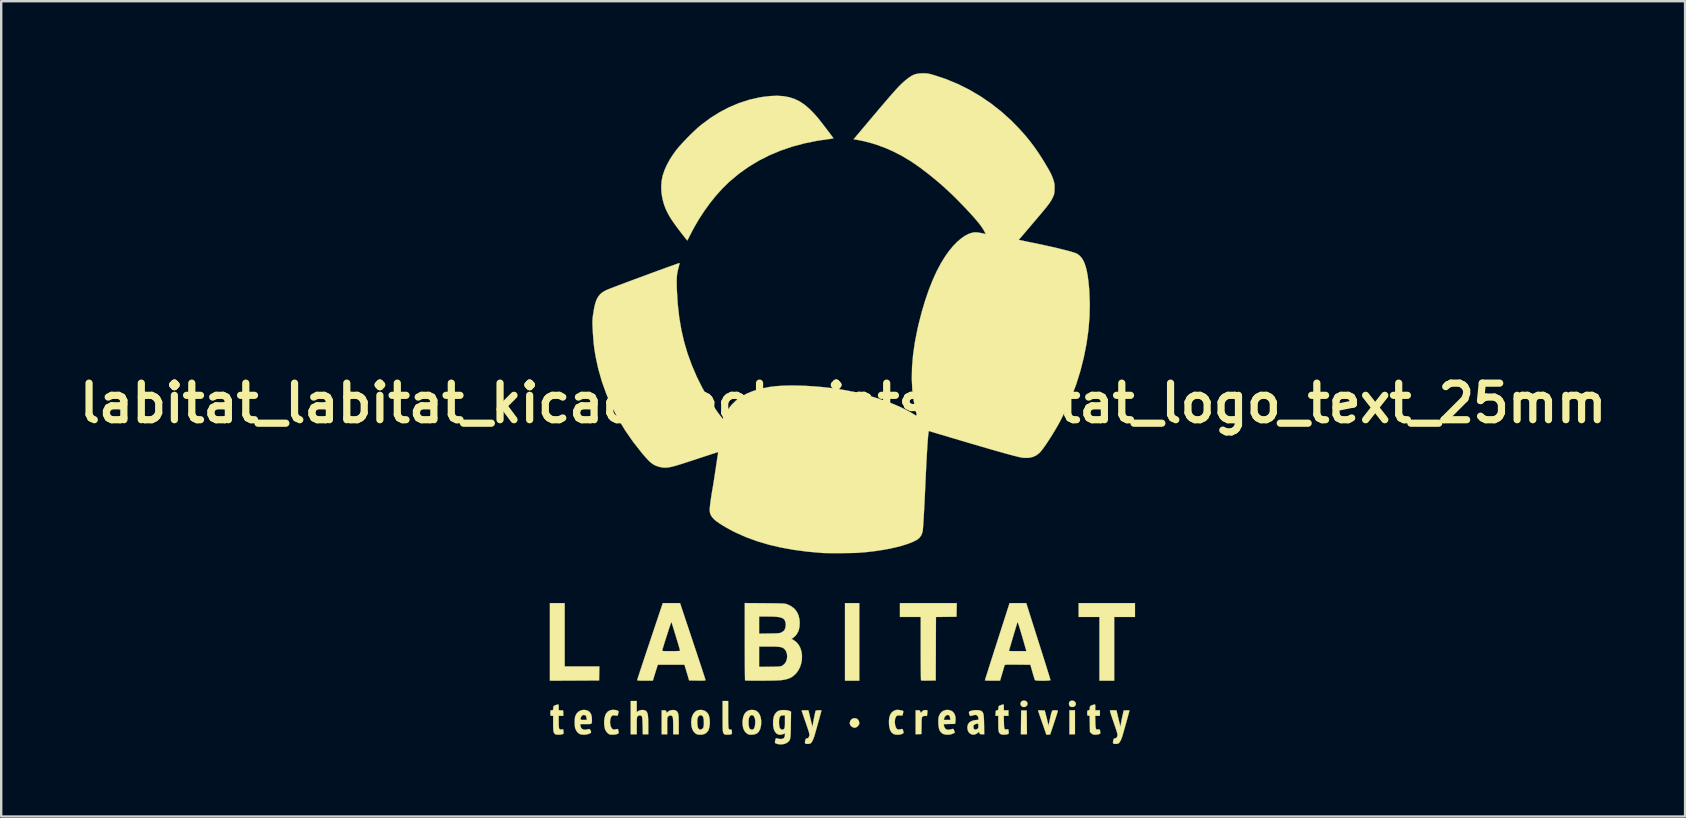
<source format=kicad_pcb>
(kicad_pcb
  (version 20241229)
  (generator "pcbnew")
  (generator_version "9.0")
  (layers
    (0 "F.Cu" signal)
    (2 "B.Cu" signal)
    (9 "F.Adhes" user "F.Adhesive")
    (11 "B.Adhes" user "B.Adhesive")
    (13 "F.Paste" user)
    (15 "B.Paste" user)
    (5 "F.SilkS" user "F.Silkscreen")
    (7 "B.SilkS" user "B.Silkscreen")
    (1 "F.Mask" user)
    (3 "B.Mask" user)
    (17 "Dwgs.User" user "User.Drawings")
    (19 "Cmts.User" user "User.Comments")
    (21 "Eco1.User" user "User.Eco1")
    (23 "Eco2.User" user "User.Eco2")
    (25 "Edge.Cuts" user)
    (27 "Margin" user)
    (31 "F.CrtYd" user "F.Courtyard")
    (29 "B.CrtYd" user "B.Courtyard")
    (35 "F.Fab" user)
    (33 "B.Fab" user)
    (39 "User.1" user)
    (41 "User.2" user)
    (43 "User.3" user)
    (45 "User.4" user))
  (footprint "labitat_labitat_kicad_footprints_labitat_logo_text_25mm"
    (layer "F.Cu")
    (at 32.084 13.75)
    (property "Reference" "labitat_labitat_kicad_footprints_labitat_logo_text_25mm" (at 0 0 0) (layer "F.SilkS") (effects (font (size 1.524 1.524) (thickness 0.3))))
    (attr through_hole)
    (fp_poly (pts (xy 0.673 11.565) (xy 0.077 11.565) (xy 0.077 8.332) (xy 0.673 8.332) (xy 0.673 11.565)) (stroke (width 0.01) (type solid)) (fill yes) (layer "F.SilkS"))
    (fp_poly (pts (xy 9.66 13.797) (xy 9.429 13.797) (xy 9.429 12.796) (xy 9.66 12.796) (xy 9.66 13.797)) (stroke (width 0.01) (type solid)) (fill yes) (layer "F.SilkS"))
    (fp_poly (pts (xy 7.654 13.301) (xy 7.659 13.797) (xy 7.408 13.797) (xy 7.413 13.301) (xy 7.418 12.806) (xy 7.649 12.806) (xy 7.654 13.301)) (stroke (width 0.01) (type solid)) (fill yes) (layer "F.SilkS"))
    (fp_poly (pts (xy -11.603 10.968) (xy -10.159 10.968) (xy -10.164 11.262) (xy -10.17 11.555) (xy -11.194 11.56) (xy -12.219 11.565) (xy -12.219 8.332) (xy -11.603 8.332) (xy -11.603 10.968)) (stroke (width 0.01) (type solid)) (fill yes) (layer "F.SilkS"))
    (fp_poly (pts (xy 12.161 8.909) (xy 11.295 8.909) (xy 11.295 11.565) (xy 10.68 11.565) (xy 10.68 8.909) (xy 9.814 8.909) (xy 9.814 8.332) (xy 12.161 8.332) (xy 12.161 8.909)) (stroke (width 0.01) (type solid)) (fill yes) (layer "F.SilkS"))
    (fp_poly (pts (xy 9.578 12.397) (xy 9.633 12.421) (xy 9.675 12.462) (xy 9.697 12.513) (xy 9.694 12.569) (xy 9.66 12.623) (xy 9.608 12.652) (xy 9.543 12.662) (xy 9.48 12.651) (xy 9.441 12.626) (xy 9.415 12.574) (xy 9.41 12.511) (xy 9.426 12.453) (xy 9.452 12.422) (xy 9.516 12.395) (xy 9.578 12.397)) (stroke (width 0.01) (type solid)) (fill yes) (layer "F.SilkS"))
    (fp_poly (pts (xy 7.606 12.407) (xy 7.659 12.448) (xy 7.683 12.51) (xy 7.684 12.527) (xy 7.668 12.588) (xy 7.625 12.634) (xy 7.566 12.66) (xy 7.502 12.661) (xy 7.442 12.635) (xy 7.428 12.623) (xy 7.393 12.566) (xy 7.391 12.505) (xy 7.415 12.449) (xy 7.463 12.408) (xy 7.529 12.392) (xy 7.531 12.392) (xy 7.606 12.407)) (stroke (width 0.01) (type solid)) (fill yes) (layer "F.SilkS"))
    (fp_poly (pts (xy 0.546 13.138) (xy 0.568 13.146) (xy 0.624 13.191) (xy 0.661 13.261) (xy 0.673 13.336) (xy 0.661 13.393) (xy 0.618 13.452) (xy 0.608 13.462) (xy 0.539 13.513) (xy 0.47 13.526) (xy 0.394 13.503) (xy 0.374 13.491) (xy 0.312 13.436) (xy 0.281 13.371) (xy 0.278 13.303) (xy 0.299 13.238) (xy 0.339 13.182) (xy 0.397 13.142) (xy 0.467 13.125) (xy 0.546 13.138)) (stroke (width 0.01) (type solid)) (fill yes) (layer "F.SilkS"))
    (fp_poly (pts (xy 4.724 8.9) (xy 4.296 8.905) (xy 3.868 8.91) (xy 3.863 10.233) (xy 3.858 11.555) (xy 3.559 11.56) (xy 3.455 11.561) (xy 3.365 11.561) (xy 3.296 11.558) (xy 3.255 11.555) (xy 3.246 11.552) (xy 3.244 11.531) (xy 3.242 11.475) (xy 3.24 11.387) (xy 3.238 11.269) (xy 3.236 11.126) (xy 3.235 10.96) (xy 3.234 10.774) (xy 3.233 10.572) (xy 3.233 10.357) (xy 3.233 10.224) (xy 3.233 8.909) (xy 2.367 8.909) (xy 2.367 8.332) (xy 4.735 8.332) (xy 4.724 8.9)) (stroke (width 0.01) (type solid)) (fill yes) (layer "F.SilkS"))
    (fp_poly (pts (xy 3.476 12.792) (xy 3.508 12.798) (xy 3.512 12.8) (xy 3.515 12.822) (xy 3.512 12.871) (xy 3.507 12.923) (xy 3.492 13.037) (xy 3.429 13.03) (xy 3.367 13.035) (xy 3.319 13.055) (xy 3.302 13.066) (xy 3.29 13.081) (xy 3.281 13.104) (xy 3.276 13.141) (xy 3.272 13.197) (xy 3.269 13.279) (xy 3.268 13.392) (xy 3.267 13.436) (xy 3.262 13.787) (xy 3.141 13.793) (xy 3.021 13.799) (xy 3.021 12.796) (xy 3.109 12.796) (xy 3.164 12.799) (xy 3.194 12.811) (xy 3.211 12.84) (xy 3.216 12.853) (xy 3.236 12.909) (xy 3.29 12.848) (xy 3.334 12.807) (xy 3.38 12.791) (xy 3.424 12.789) (xy 3.476 12.792)) (stroke (width 0.01) (type solid)) (fill yes) (layer "F.SilkS"))
    (fp_poly (pts (xy -4.791 12.959) (xy -4.791 13.112) (xy -4.789 13.25) (xy -4.786 13.368) (xy -4.782 13.462) (xy -4.777 13.527) (xy -4.772 13.556) (xy -4.749 13.593) (xy -4.71 13.601) (xy -4.7 13.6) (xy -4.668 13.6) (xy -4.651 13.613) (xy -4.641 13.65) (xy -4.636 13.688) (xy -4.632 13.745) (xy -4.637 13.776) (xy -4.657 13.793) (xy -4.671 13.799) (xy -4.718 13.808) (xy -4.784 13.813) (xy -4.856 13.814) (xy -4.915 13.809) (xy -4.941 13.803) (xy -4.966 13.78) (xy -4.994 13.739) (xy -4.994 13.738) (xy -5.002 13.717) (xy -5.008 13.684) (xy -5.013 13.636) (xy -5.017 13.569) (xy -5.02 13.479) (xy -5.021 13.361) (xy -5.022 13.213) (xy -5.022 13.047) (xy -5.022 12.411) (xy -4.791 12.411) (xy -4.791 12.959)) (stroke (width 0.01) (type solid)) (fill yes) (layer "F.SilkS"))
    (fp_poly (pts (xy -8.601 12.876) (xy -8.539 12.831) (xy -8.467 12.798) (xy -8.382 12.784) (xy -8.298 12.79) (xy -8.229 12.817) (xy -8.21 12.831) (xy -8.182 12.865) (xy -8.16 12.909) (xy -8.143 12.967) (xy -8.132 13.046) (xy -8.125 13.149) (xy -8.121 13.282) (xy -8.12 13.42) (xy -8.12 13.797) (xy -8.347 13.797) (xy -8.355 13.446) (xy -8.359 13.293) (xy -8.366 13.176) (xy -8.375 13.095) (xy -8.386 13.053) (xy -8.386 13.051) (xy -8.425 13.017) (xy -8.479 13.008) (xy -8.535 13.025) (xy -8.563 13.046) (xy -8.576 13.062) (xy -8.586 13.083) (xy -8.593 13.115) (xy -8.598 13.163) (xy -8.6 13.233) (xy -8.601 13.33) (xy -8.601 13.441) (xy -8.601 13.797) (xy -8.852 13.797) (xy -8.852 12.411) (xy -8.601 12.411) (xy -8.601 12.876)) (stroke (width 0.01) (type solid)) (fill yes) (layer "F.SilkS"))
    (fp_poly (pts (xy -7.02 12.792) (xy -6.952 12.821) (xy -6.941 12.829) (xy -6.913 12.858) (xy -6.891 12.892) (xy -6.875 12.936) (xy -6.863 12.994) (xy -6.856 13.073) (xy -6.852 13.177) (xy -6.85 13.312) (xy -6.85 13.392) (xy -6.85 13.797) (xy -7.081 13.797) (xy -7.081 13.455) (xy -7.083 13.307) (xy -7.087 13.195) (xy -7.094 13.118) (xy -7.103 13.072) (xy -7.106 13.066) (xy -7.146 13.023) (xy -7.2 13.01) (xy -7.259 13.028) (xy -7.285 13.048) (xy -7.302 13.065) (xy -7.313 13.083) (xy -7.322 13.109) (xy -7.327 13.148) (xy -7.33 13.206) (xy -7.331 13.29) (xy -7.331 13.404) (xy -7.331 13.444) (xy -7.331 13.797) (xy -7.562 13.797) (xy -7.562 12.796) (xy -7.475 12.796) (xy -7.42 12.799) (xy -7.39 12.811) (xy -7.372 12.84) (xy -7.367 12.855) (xy -7.351 12.893) (xy -7.339 12.899) (xy -7.32 12.877) (xy -7.32 12.876) (xy -7.265 12.828) (xy -7.189 12.798) (xy -7.103 12.785) (xy -7.02 12.792)) (stroke (width 0.01) (type solid)) (fill yes) (layer "F.SilkS"))
    (fp_poly (pts (xy 2.309 12.783) (xy 2.379 12.792) (xy 2.441 12.805) (xy 2.466 12.812) (xy 2.496 12.826) (xy 2.508 12.844) (xy 2.505 12.878) (xy 2.494 12.925) (xy 2.47 13.018) (xy 2.363 13.011) (xy 2.297 13.01) (xy 2.255 13.018) (xy 2.224 13.039) (xy 2.217 13.046) (xy 2.181 13.106) (xy 2.16 13.186) (xy 2.153 13.277) (xy 2.16 13.371) (xy 2.178 13.458) (xy 2.208 13.531) (xy 2.248 13.581) (xy 2.279 13.596) (xy 2.363 13.598) (xy 2.448 13.575) (xy 2.472 13.582) (xy 2.493 13.624) (xy 2.498 13.64) (xy 2.515 13.7) (xy 2.516 13.736) (xy 2.498 13.759) (xy 2.458 13.781) (xy 2.453 13.784) (xy 2.37 13.809) (xy 2.273 13.817) (xy 2.178 13.809) (xy 2.098 13.785) (xy 2.077 13.773) (xy 2.006 13.705) (xy 1.954 13.609) (xy 1.922 13.485) (xy 1.911 13.381) (xy 1.909 13.212) (xy 1.929 13.072) (xy 1.971 12.962) (xy 2.035 12.877) (xy 2.117 12.819) (xy 2.183 12.791) (xy 2.247 12.781) (xy 2.309 12.783)) (stroke (width 0.01) (type solid)) (fill yes) (layer "F.SilkS"))
    (fp_poly (pts (xy -3.72 12.786) (xy -3.623 12.819) (xy -3.542 12.883) (xy -3.479 12.975) (xy -3.436 13.09) (xy -3.415 13.225) (xy -3.417 13.374) (xy -3.425 13.441) (xy -3.458 13.578) (xy -3.51 13.682) (xy -3.583 13.755) (xy -3.678 13.799) (xy -3.798 13.816) (xy -3.816 13.816) (xy -3.897 13.812) (xy -3.956 13.798) (xy -4.004 13.772) (xy -4.09 13.691) (xy -4.151 13.582) (xy -4.185 13.446) (xy -4.191 13.292) (xy -3.942 13.292) (xy -3.938 13.385) (xy -3.927 13.471) (xy -3.909 13.536) (xy -3.899 13.555) (xy -3.855 13.593) (xy -3.796 13.606) (xy -3.741 13.59) (xy -3.741 13.59) (xy -3.708 13.548) (xy -3.683 13.478) (xy -3.667 13.39) (xy -3.661 13.292) (xy -3.667 13.196) (xy -3.679 13.133) (xy -3.712 13.055) (xy -3.758 13.009) (xy -3.81 12.996) (xy -3.861 13.016) (xy -3.904 13.07) (xy -3.927 13.128) (xy -3.939 13.202) (xy -3.942 13.292) (xy -4.191 13.292) (xy -4.192 13.282) (xy -4.19 13.236) (xy -4.166 13.086) (xy -4.12 12.964) (xy -4.05 12.872) (xy -3.96 12.811) (xy -3.85 12.782) (xy -3.72 12.786)) (stroke (width 0.01) (type solid)) (fill yes) (layer "F.SilkS"))
    (fp_poly (pts (xy -9.49 12.786) (xy -9.444 12.797) (xy -9.395 12.814) (xy -9.365 12.831) (xy -9.362 12.834) (xy -9.36 12.862) (xy -9.368 12.911) (xy -9.374 12.937) (xy -9.397 13.023) (xy -9.506 13.013) (xy -9.57 13.009) (xy -9.608 13.014) (xy -9.635 13.031) (xy -9.655 13.055) (xy -9.691 13.125) (xy -9.71 13.215) (xy -9.713 13.315) (xy -9.7 13.412) (xy -9.672 13.498) (xy -9.63 13.561) (xy -9.616 13.573) (xy -9.577 13.597) (xy -9.54 13.602) (xy -9.487 13.592) (xy -9.481 13.59) (xy -9.429 13.58) (xy -9.393 13.579) (xy -9.386 13.582) (xy -9.375 13.607) (xy -9.364 13.656) (xy -9.36 13.677) (xy -9.354 13.728) (xy -9.361 13.757) (xy -9.391 13.776) (xy -9.416 13.787) (xy -9.48 13.804) (xy -9.563 13.813) (xy -9.648 13.814) (xy -9.72 13.805) (xy -9.747 13.798) (xy -9.799 13.763) (xy -9.853 13.705) (xy -9.899 13.637) (xy -9.927 13.571) (xy -9.927 13.571) (xy -9.955 13.416) (xy -9.96 13.26) (xy -9.942 13.112) (xy -9.903 12.984) (xy -9.878 12.934) (xy -9.81 12.854) (xy -9.72 12.802) (xy -9.611 12.779) (xy -9.49 12.786)) (stroke (width 0.01) (type solid)) (fill yes) (layer "F.SilkS"))
    (fp_poly (pts (xy 6.687 12.561) (xy 6.696 12.587) (xy 6.697 12.638) (xy 6.696 12.67) (xy 6.696 12.796) (xy 6.889 12.796) (xy 6.889 13.027) (xy 6.693 13.027) (xy 6.7 13.297) (xy 6.703 13.414) (xy 6.709 13.497) (xy 6.719 13.552) (xy 6.736 13.584) (xy 6.761 13.597) (xy 6.797 13.597) (xy 6.826 13.592) (xy 6.869 13.588) (xy 6.886 13.599) (xy 6.889 13.619) (xy 6.893 13.666) (xy 6.9 13.715) (xy 6.904 13.756) (xy 6.887 13.778) (xy 6.849 13.794) (xy 6.773 13.811) (xy 6.69 13.815) (xy 6.613 13.807) (xy 6.557 13.787) (xy 6.549 13.782) (xy 6.52 13.755) (xy 6.498 13.723) (xy 6.483 13.682) (xy 6.473 13.624) (xy 6.468 13.545) (xy 6.466 13.437) (xy 6.465 13.346) (xy 6.465 13.027) (xy 6.348 13.027) (xy 6.354 12.916) (xy 6.358 12.854) (xy 6.367 12.82) (xy 6.384 12.805) (xy 6.412 12.8) (xy 6.444 12.792) (xy 6.46 12.772) (xy 6.468 12.727) (xy 6.469 12.705) (xy 6.476 12.65) (xy 6.491 12.62) (xy 6.523 12.601) (xy 6.542 12.594) (xy 6.618 12.568) (xy 6.664 12.555) (xy 6.687 12.561)) (stroke (width 0.01) (type solid)) (fill yes) (layer "F.SilkS"))
    (fp_poly (pts (xy 8.832 12.796) (xy 8.904 12.799) (xy 8.941 12.81) (xy 8.948 12.821) (xy 8.942 12.845) (xy 8.925 12.9) (xy 8.9 12.982) (xy 8.867 13.085) (xy 8.828 13.204) (xy 8.787 13.326) (xy 8.627 13.806) (xy 8.547 13.812) (xy 8.498 13.815) (xy 8.469 13.813) (xy 8.467 13.811) (xy 8.461 13.792) (xy 8.443 13.741) (xy 8.417 13.663) (xy 8.382 13.564) (xy 8.342 13.446) (xy 8.296 13.317) (xy 8.293 13.308) (xy 8.248 13.178) (xy 8.207 13.059) (xy 8.172 12.958) (xy 8.145 12.879) (xy 8.127 12.825) (xy 8.12 12.804) (xy 8.12 12.803) (xy 8.138 12.8) (xy 8.184 12.799) (xy 8.25 12.8) (xy 8.26 12.8) (xy 8.399 12.806) (xy 8.47 13.075) (xy 8.496 13.177) (xy 8.518 13.269) (xy 8.535 13.344) (xy 8.543 13.393) (xy 8.544 13.402) (xy 8.547 13.46) (xy 8.562 13.402) (xy 8.572 13.361) (xy 8.589 13.292) (xy 8.608 13.205) (xy 8.629 13.114) (xy 8.655 12.998) (xy 8.675 12.914) (xy 8.693 12.858) (xy 8.712 12.823) (xy 8.735 12.804) (xy 8.767 12.797) (xy 8.809 12.796) (xy 8.832 12.796)) (stroke (width 0.01) (type solid)) (fill yes) (layer "F.SilkS"))
    (fp_poly (pts (xy 10.497 12.561) (xy 10.506 12.587) (xy 10.507 12.638) (xy 10.506 12.67) (xy 10.506 12.796) (xy 10.699 12.796) (xy 10.699 13.027) (xy 10.502 13.027) (xy 10.509 13.297) (xy 10.513 13.414) (xy 10.52 13.498) (xy 10.53 13.553) (xy 10.546 13.585) (xy 10.571 13.598) (xy 10.606 13.599) (xy 10.634 13.595) (xy 10.673 13.591) (xy 10.693 13.604) (xy 10.703 13.644) (xy 10.706 13.657) (xy 10.714 13.71) (xy 10.718 13.748) (xy 10.718 13.752) (xy 10.7 13.775) (xy 10.654 13.795) (xy 10.588 13.81) (xy 10.511 13.816) (xy 10.504 13.816) (xy 10.436 13.811) (xy 10.385 13.789) (xy 10.348 13.76) (xy 10.285 13.704) (xy 10.279 13.367) (xy 10.273 13.029) (xy 10.221 13.023) (xy 10.192 13.017) (xy 10.176 13.001) (xy 10.17 12.965) (xy 10.17 12.912) (xy 10.171 12.851) (xy 10.178 12.819) (xy 10.195 12.805) (xy 10.222 12.8) (xy 10.254 12.792) (xy 10.27 12.772) (xy 10.278 12.727) (xy 10.279 12.705) (xy 10.286 12.65) (xy 10.301 12.62) (xy 10.333 12.601) (xy 10.352 12.594) (xy 10.428 12.568) (xy 10.474 12.555) (xy 10.497 12.561)) (stroke (width 0.01) (type solid)) (fill yes) (layer "F.SilkS"))
    (fp_poly (pts (xy -5.78 12.813) (xy -5.688 12.872) (xy -5.62 12.957) (xy -5.604 12.989) (xy -5.574 13.091) (xy -5.558 13.214) (xy -5.556 13.345) (xy -5.569 13.472) (xy -5.596 13.583) (xy -5.623 13.646) (xy -5.691 13.732) (xy -5.783 13.788) (xy -5.899 13.814) (xy -5.95 13.816) (xy -6.031 13.812) (xy -6.089 13.799) (xy -6.139 13.773) (xy -6.14 13.772) (xy -6.223 13.696) (xy -6.282 13.596) (xy -6.317 13.468) (xy -6.331 13.311) (xy -6.331 13.289) (xy -6.329 13.268) (xy -6.079 13.268) (xy -6.076 13.361) (xy -6.066 13.45) (xy -6.05 13.521) (xy -6.035 13.555) (xy -5.99 13.594) (xy -5.935 13.602) (xy -5.878 13.578) (xy -5.844 13.543) (xy -5.824 13.509) (xy -5.812 13.465) (xy -5.806 13.401) (xy -5.803 13.322) (xy -5.808 13.195) (xy -5.825 13.103) (xy -5.856 13.041) (xy -5.902 13.006) (xy -5.903 13.006) (xy -5.962 13.002) (xy -6.014 13.032) (xy -6.054 13.094) (xy -6.062 13.115) (xy -6.075 13.182) (xy -6.079 13.268) (xy -6.329 13.268) (xy -6.318 13.144) (xy -6.281 13.018) (xy -6.222 12.915) (xy -6.145 12.839) (xy -6.05 12.793) (xy -6.013 12.786) (xy -5.891 12.783) (xy -5.78 12.813)) (stroke (width 0.01) (type solid)) (fill yes) (layer "F.SilkS"))
    (fp_poly (pts (xy 4.484 12.805) (xy 4.572 12.859) (xy 4.636 12.94) (xy 4.674 13.046) (xy 4.685 13.176) (xy 4.679 13.258) (xy 4.666 13.364) (xy 4.428 13.369) (xy 4.19 13.375) (xy 4.201 13.444) (xy 4.221 13.505) (xy 4.252 13.555) (xy 4.253 13.557) (xy 4.298 13.593) (xy 4.35 13.61) (xy 4.418 13.608) (xy 4.51 13.588) (xy 4.553 13.575) (xy 4.581 13.573) (xy 4.602 13.592) (xy 4.625 13.64) (xy 4.626 13.645) (xy 4.645 13.695) (xy 4.649 13.723) (xy 4.637 13.739) (xy 4.624 13.747) (xy 4.522 13.791) (xy 4.407 13.814) (xy 4.292 13.814) (xy 4.189 13.791) (xy 4.148 13.772) (xy 4.076 13.717) (xy 4.023 13.641) (xy 3.989 13.54) (xy 3.971 13.409) (xy 3.967 13.344) (xy 3.966 13.251) (xy 3.968 13.2) (xy 4.194 13.2) (xy 4.469 13.2) (xy 4.459 13.123) (xy 4.441 13.047) (xy 4.409 13.005) (xy 4.361 12.992) (xy 4.343 12.992) (xy 4.283 13.017) (xy 4.235 13.072) (xy 4.206 13.147) (xy 4.194 13.2) (xy 3.968 13.2) (xy 3.97 13.164) (xy 3.977 13.096) (xy 3.981 13.072) (xy 4.03 12.955) (xy 4.103 12.867) (xy 4.198 12.808) (xy 4.311 12.782) (xy 4.373 12.782) (xy 4.484 12.805)) (stroke (width 0.01) (type solid)) (fill yes) (layer "F.SilkS"))
    (fp_poly (pts (xy -11.862 12.561) (xy -11.854 12.587) (xy -11.853 12.637) (xy -11.853 12.669) (xy -11.853 12.794) (xy -11.762 12.8) (xy -11.671 12.806) (xy -11.659 13.027) (xy -11.853 13.027) (xy -11.853 13.279) (xy -11.852 13.4) (xy -11.848 13.487) (xy -11.838 13.546) (xy -11.822 13.581) (xy -11.796 13.596) (xy -11.76 13.598) (xy -11.736 13.595) (xy -11.688 13.588) (xy -11.666 13.595) (xy -11.661 13.621) (xy -11.661 13.636) (xy -11.656 13.693) (xy -11.649 13.732) (xy -11.649 13.763) (xy -11.674 13.784) (xy -11.701 13.794) (xy -11.764 13.808) (xy -11.841 13.815) (xy -11.916 13.813) (xy -11.975 13.803) (xy -11.993 13.795) (xy -12.025 13.771) (xy -12.048 13.738) (xy -12.065 13.69) (xy -12.076 13.621) (xy -12.082 13.527) (xy -12.084 13.402) (xy -12.084 13.346) (xy -12.084 13.027) (xy -12.142 13.027) (xy -12.174 13.026) (xy -12.191 13.015) (xy -12.198 12.986) (xy -12.2 12.93) (xy -12.2 12.912) (xy -12.199 12.848) (xy -12.194 12.813) (xy -12.179 12.799) (xy -12.152 12.796) (xy -12.143 12.796) (xy -12.108 12.793) (xy -12.091 12.778) (xy -12.083 12.74) (xy -12.08 12.707) (xy -12.074 12.651) (xy -12.06 12.62) (xy -12.028 12.601) (xy -12.007 12.594) (xy -11.932 12.568) (xy -11.886 12.555) (xy -11.862 12.561)) (stroke (width 0.01) (type solid)) (fill yes) (layer "F.SilkS"))
    (fp_poly (pts (xy -10.752 12.784) (xy -10.644 12.812) (xy -10.563 12.869) (xy -10.506 12.955) (xy -10.475 13.07) (xy -10.468 13.174) (xy -10.468 13.255) (xy -10.473 13.311) (xy -10.488 13.345) (xy -10.519 13.364) (xy -10.573 13.372) (xy -10.657 13.374) (xy -10.72 13.373) (xy -10.949 13.373) (xy -10.949 13.423) (xy -10.933 13.505) (xy -10.89 13.565) (xy -10.823 13.6) (xy -10.737 13.609) (xy -10.637 13.59) (xy -10.599 13.576) (xy -10.57 13.582) (xy -10.54 13.613) (xy -10.516 13.657) (xy -10.503 13.702) (xy -10.51 13.734) (xy -10.513 13.737) (xy -10.586 13.777) (xy -10.681 13.804) (xy -10.787 13.815) (xy -10.89 13.81) (xy -10.976 13.788) (xy -10.984 13.784) (xy -11.063 13.725) (xy -11.127 13.636) (xy -11.162 13.556) (xy -11.177 13.488) (xy -11.185 13.394) (xy -11.187 13.289) (xy -11.184 13.185) (xy -11.182 13.173) (xy -10.947 13.173) (xy -10.926 13.192) (xy -10.874 13.199) (xy -10.813 13.2) (xy -10.676 13.2) (xy -10.689 13.138) (xy -10.705 13.068) (xy -10.719 13.028) (xy -10.739 13.007) (xy -10.766 12.997) (xy -10.837 12.995) (xy -10.892 13.028) (xy -10.922 13.076) (xy -10.944 13.136) (xy -10.947 13.173) (xy -11.182 13.173) (xy -11.174 13.095) (xy -11.164 13.051) (xy -11.114 12.944) (xy -11.036 12.861) (xy -10.938 12.805) (xy -10.824 12.781) (xy -10.752 12.784)) (stroke (width 0.01) (type solid)) (fill yes) (layer "F.SilkS"))
    (fp_poly (pts (xy 11.466 13.119) (xy 11.492 13.227) (xy 11.515 13.325) (xy 11.534 13.404) (xy 11.547 13.459) (xy 11.552 13.479) (xy 11.558 13.487) (xy 11.563 13.462) (xy 11.564 13.441) (xy 11.569 13.394) (xy 11.582 13.319) (xy 11.6 13.225) (xy 11.621 13.121) (xy 11.629 13.085) (xy 11.69 12.806) (xy 11.81 12.8) (xy 11.872 12.799) (xy 11.916 12.802) (xy 11.93 12.808) (xy 11.925 12.831) (xy 11.911 12.886) (xy 11.89 12.966) (xy 11.862 13.067) (xy 11.831 13.181) (xy 11.797 13.305) (xy 11.761 13.431) (xy 11.727 13.554) (xy 11.694 13.669) (xy 11.665 13.771) (xy 11.641 13.852) (xy 11.624 13.908) (xy 11.619 13.922) (xy 11.576 14.033) (xy 11.529 14.119) (xy 11.483 14.172) (xy 11.468 14.182) (xy 11.42 14.195) (xy 11.357 14.2) (xy 11.296 14.196) (xy 11.26 14.184) (xy 11.243 14.155) (xy 11.247 14.102) (xy 11.262 14.033) (xy 11.276 13.993) (xy 11.293 13.975) (xy 11.319 13.97) (xy 11.323 13.97) (xy 11.372 13.956) (xy 11.408 13.913) (xy 11.429 13.857) (xy 11.433 13.834) (xy 11.431 13.802) (xy 11.422 13.758) (xy 11.405 13.696) (xy 11.379 13.612) (xy 11.342 13.503) (xy 11.294 13.363) (xy 11.277 13.312) (xy 11.232 13.182) (xy 11.192 13.065) (xy 11.159 12.964) (xy 11.135 12.885) (xy 11.12 12.832) (xy 11.116 12.811) (xy 11.138 12.803) (xy 11.188 12.798) (xy 11.255 12.796) (xy 11.388 12.796) (xy 11.466 13.119)) (stroke (width 0.01) (type solid)) (fill yes) (layer "F.SilkS"))
    (fp_poly (pts (xy 5.674 12.799) (xy 5.74 12.817) (xy 5.745 12.82) (xy 5.782 12.844) (xy 5.811 12.874) (xy 5.833 12.916) (xy 5.849 12.974) (xy 5.86 13.053) (xy 5.867 13.158) (xy 5.871 13.294) (xy 5.873 13.398) (xy 5.879 13.797) (xy 5.788 13.797) (xy 5.731 13.794) (xy 5.702 13.784) (xy 5.687 13.76) (xy 5.684 13.749) (xy 5.668 13.709) (xy 5.644 13.706) (xy 5.616 13.732) (xy 5.571 13.768) (xy 5.505 13.798) (xy 5.44 13.815) (xy 5.422 13.816) (xy 5.376 13.807) (xy 5.32 13.786) (xy 5.313 13.782) (xy 5.242 13.726) (xy 5.196 13.642) (xy 5.177 13.537) (xy 5.176 13.516) (xy 5.179 13.5) (xy 5.427 13.5) (xy 5.44 13.562) (xy 5.477 13.598) (xy 5.53 13.603) (xy 5.593 13.576) (xy 5.595 13.574) (xy 5.623 13.547) (xy 5.635 13.506) (xy 5.638 13.449) (xy 5.633 13.388) (xy 5.615 13.357) (xy 5.577 13.354) (xy 5.512 13.374) (xy 5.51 13.375) (xy 5.457 13.403) (xy 5.432 13.444) (xy 5.427 13.5) (xy 5.179 13.5) (xy 5.192 13.41) (xy 5.24 13.325) (xy 5.32 13.261) (xy 5.429 13.22) (xy 5.523 13.205) (xy 5.638 13.195) (xy 5.638 13.13) (xy 5.623 13.064) (xy 5.584 13.014) (xy 5.529 12.989) (xy 5.516 12.989) (xy 5.471 12.994) (xy 5.408 13.008) (xy 5.38 13.016) (xy 5.326 13.031) (xy 5.297 13.033) (xy 5.282 13.019) (xy 5.272 12.996) (xy 5.247 12.927) (xy 5.241 12.884) (xy 5.254 12.857) (xy 5.29 12.836) (xy 5.314 12.826) (xy 5.392 12.805) (xy 5.487 12.793) (xy 5.585 12.791) (xy 5.674 12.799)) (stroke (width 0.01) (type solid)) (fill yes) (layer "F.SilkS"))
    (fp_poly (pts (xy -2.328 12.799) (xy -2.247 12.821) (xy -2.245 12.822) (xy -2.171 12.853) (xy -2.179 13.397) (xy -2.181 13.568) (xy -2.185 13.704) (xy -2.189 13.812) (xy -2.195 13.894) (xy -2.204 13.957) (xy -2.216 14.005) (xy -2.231 14.041) (xy -2.251 14.072) (xy -2.276 14.102) (xy -2.277 14.102) (xy -2.357 14.163) (xy -2.461 14.203) (xy -2.579 14.219) (xy -2.702 14.209) (xy -2.752 14.198) (xy -2.808 14.178) (xy -2.836 14.154) (xy -2.842 14.114) (xy -2.829 14.048) (xy -2.829 14.047) (xy -2.812 13.989) (xy -2.797 13.963) (xy -2.777 13.96) (xy -2.774 13.962) (xy -2.689 13.987) (xy -2.6 13.996) (xy -2.526 13.987) (xy -2.524 13.986) (xy -2.466 13.951) (xy -2.433 13.889) (xy -2.425 13.816) (xy -2.425 13.76) (xy -2.491 13.788) (xy -2.598 13.817) (xy -2.692 13.81) (xy -2.773 13.769) (xy -2.838 13.696) (xy -2.886 13.593) (xy -2.914 13.461) (xy -2.92 13.398) (xy -2.919 13.327) (xy -2.673 13.327) (xy -2.666 13.421) (xy -2.652 13.502) (xy -2.631 13.552) (xy -2.585 13.594) (xy -2.53 13.605) (xy -2.478 13.586) (xy -2.454 13.562) (xy -2.442 13.534) (xy -2.433 13.492) (xy -2.427 13.428) (xy -2.425 13.335) (xy -2.425 13.262) (xy -2.425 13.006) (xy -2.516 13.012) (xy -2.574 13.018) (xy -2.608 13.035) (xy -2.633 13.069) (xy -2.642 13.085) (xy -2.661 13.147) (xy -2.671 13.232) (xy -2.673 13.327) (xy -2.919 13.327) (xy -2.919 13.221) (xy -2.893 13.074) (xy -2.843 12.957) (xy -2.77 12.869) (xy -2.701 12.824) (xy -2.628 12.801) (xy -2.532 12.789) (xy -2.427 12.789) (xy -2.328 12.799)) (stroke (width 0.01) (type solid)) (fill yes) (layer "F.SilkS"))
    (fp_poly (pts (xy -0.921 12.799) (xy -0.904 12.806) (xy -0.909 12.829) (xy -0.923 12.883) (xy -0.945 12.963) (xy -0.972 13.062) (xy -1.003 13.177) (xy -1.038 13.3) (xy -1.073 13.426) (xy -1.107 13.549) (xy -1.14 13.664) (xy -1.169 13.766) (xy -1.193 13.848) (xy -1.21 13.905) (xy -1.216 13.922) (xy -1.259 14.033) (xy -1.305 14.119) (xy -1.352 14.172) (xy -1.367 14.182) (xy -1.414 14.195) (xy -1.478 14.2) (xy -1.538 14.196) (xy -1.575 14.184) (xy -1.592 14.155) (xy -1.588 14.102) (xy -1.573 14.033) (xy -1.559 13.993) (xy -1.541 13.975) (xy -1.516 13.97) (xy -1.512 13.97) (xy -1.469 13.961) (xy -1.438 13.929) (xy -1.411 13.867) (xy -1.41 13.862) (xy -1.404 13.84) (xy -1.404 13.812) (xy -1.41 13.774) (xy -1.424 13.721) (xy -1.445 13.648) (xy -1.477 13.551) (xy -1.52 13.425) (xy -1.548 13.343) (xy -1.592 13.215) (xy -1.633 13.097) (xy -1.668 12.995) (xy -1.696 12.914) (xy -1.714 12.86) (xy -1.721 12.84) (xy -1.726 12.817) (xy -1.719 12.805) (xy -1.693 12.798) (xy -1.64 12.796) (xy -1.591 12.796) (xy -1.447 12.796) (xy -1.369 13.119) (xy -1.343 13.227) (xy -1.32 13.325) (xy -1.301 13.404) (xy -1.288 13.459) (xy -1.283 13.479) (xy -1.277 13.493) (xy -1.273 13.47) (xy -1.272 13.458) (xy -1.268 13.419) (xy -1.257 13.354) (xy -1.242 13.269) (xy -1.224 13.174) (xy -1.204 13.076) (xy -1.185 12.983) (xy -1.168 12.903) (xy -1.154 12.844) (xy -1.145 12.815) (xy -1.144 12.814) (xy -1.122 12.806) (xy -1.077 12.8) (xy -1.02 12.797) (xy -0.964 12.796) (xy -0.921 12.799)) (stroke (width 0.01) (type solid)) (fill yes) (layer "F.SilkS"))
    (fp_poly (pts (xy -6.265 9.924) (xy -6.186 10.163) (xy -6.11 10.391) (xy -6.039 10.606) (xy -5.973 10.805) (xy -5.913 10.986) (xy -5.86 11.147) (xy -5.816 11.284) (xy -5.78 11.394) (xy -5.754 11.476) (xy -5.738 11.526) (xy -5.734 11.541) (xy -5.743 11.55) (xy -5.77 11.556) (xy -5.821 11.56) (xy -5.901 11.562) (xy -6.012 11.561) (xy -6.075 11.56) (xy -6.416 11.555) (xy -6.514 11.228) (xy -6.612 10.901) (xy -7.723 10.901) (xy -7.757 11.007) (xy -7.776 11.068) (xy -7.804 11.155) (xy -7.834 11.253) (xy -7.861 11.339) (xy -7.93 11.565) (xy -8.256 11.565) (xy -8.382 11.564) (xy -8.474 11.562) (xy -8.535 11.557) (xy -8.57 11.551) (xy -8.582 11.542) (xy -8.583 11.541) (xy -8.577 11.519) (xy -8.559 11.464) (xy -8.532 11.378) (xy -8.494 11.263) (xy -8.448 11.122) (xy -8.394 10.958) (xy -8.333 10.774) (xy -8.266 10.572) (xy -8.193 10.354) (xy -8.179 10.311) (xy -7.539 10.311) (xy -7.531 10.32) (xy -7.509 10.326) (xy -7.468 10.33) (xy -7.404 10.332) (xy -7.311 10.333) (xy -7.185 10.333) (xy -7.17 10.333) (xy -7.054 10.333) (xy -6.953 10.331) (xy -6.872 10.328) (xy -6.816 10.324) (xy -6.793 10.32) (xy -6.793 10.32) (xy -6.798 10.297) (xy -6.813 10.243) (xy -6.836 10.163) (xy -6.866 10.062) (xy -6.9 9.947) (xy -6.938 9.822) (xy -6.977 9.692) (xy -7.016 9.564) (xy -7.053 9.442) (xy -7.087 9.332) (xy -7.116 9.239) (xy -7.138 9.169) (xy -7.153 9.127) (xy -7.157 9.116) (xy -7.164 9.131) (xy -7.182 9.178) (xy -7.207 9.252) (xy -7.239 9.347) (xy -7.276 9.458) (xy -7.316 9.581) (xy -7.357 9.71) (xy -7.399 9.841) (xy -7.439 9.968) (xy -7.475 10.086) (xy -7.507 10.191) (xy -7.532 10.276) (xy -7.538 10.3) (xy -7.539 10.311) (xy -8.179 10.311) (xy -8.116 10.125) (xy -8.049 9.924) (xy -7.516 8.332) (xy -6.796 8.332) (xy -6.265 9.924)) (stroke (width 0.01) (type solid)) (fill yes) (layer "F.SilkS"))
    (fp_poly (pts (xy -2.484 -12.792) (xy -2.247 -12.749) (xy -2.026 -12.677) (xy -1.818 -12.577) (xy -1.619 -12.446) (xy -1.427 -12.285) (xy -1.317 -12.177) (xy -1.241 -12.098) (xy -1.166 -12.016) (xy -1.1 -11.943) (xy -1.055 -11.892) (xy -1.02 -11.848) (xy -0.97 -11.784) (xy -0.907 -11.703) (xy -0.836 -11.612) (xy -0.761 -11.513) (xy -0.684 -11.413) (xy -0.61 -11.316) (xy -0.542 -11.226) (xy -0.484 -11.148) (xy -0.439 -11.088) (xy -0.412 -11.05) (xy -0.404 -11.038) (xy -0.421 -11.032) (xy -0.466 -11.024) (xy -0.515 -11.017) (xy -1.079 -10.935) (xy -1.618 -10.825) (xy -2.132 -10.687) (xy -2.621 -10.52) (xy -3.086 -10.323) (xy -3.529 -10.097) (xy -3.95 -9.842) (xy -4.349 -9.556) (xy -4.727 -9.241) (xy -4.778 -9.195) (xy -5.037 -8.939) (xy -5.295 -8.652) (xy -5.547 -8.339) (xy -5.787 -8.007) (xy -6.013 -7.662) (xy -6.217 -7.31) (xy -6.317 -7.12) (xy -6.37 -7.016) (xy -6.417 -6.925) (xy -6.454 -6.851) (xy -6.481 -6.801) (xy -6.492 -6.779) (xy -6.493 -6.778) (xy -6.505 -6.791) (xy -6.538 -6.831) (xy -6.587 -6.892) (xy -6.649 -6.97) (xy -6.721 -7.061) (xy -6.748 -7.096) (xy -6.912 -7.311) (xy -7.051 -7.503) (xy -7.169 -7.678) (xy -7.266 -7.838) (xy -7.346 -7.99) (xy -7.412 -8.137) (xy -7.465 -8.284) (xy -7.508 -8.437) (xy -7.543 -8.598) (xy -7.545 -8.605) (xy -7.574 -8.825) (xy -7.58 -9.049) (xy -7.563 -9.265) (xy -7.524 -9.464) (xy -7.516 -9.494) (xy -7.441 -9.714) (xy -7.348 -9.925) (xy -7.234 -10.135) (xy -7.095 -10.352) (xy -6.977 -10.516) (xy -6.89 -10.625) (xy -6.779 -10.753) (xy -6.651 -10.893) (xy -6.51 -11.04) (xy -6.365 -11.186) (xy -6.219 -11.327) (xy -6.08 -11.455) (xy -5.954 -11.566) (xy -5.898 -11.611) (xy -5.525 -11.887) (xy -5.14 -12.128) (xy -4.745 -12.334) (xy -4.341 -12.504) (xy -3.931 -12.638) (xy -3.515 -12.734) (xy -3.329 -12.765) (xy -3.022 -12.799) (xy -2.741 -12.809) (xy -2.484 -12.792)) (stroke (width 0.01) (type solid)) (fill yes) (layer "F.SilkS"))
    (fp_poly (pts (xy 7.282 8.332) (xy 7.63 8.332) (xy 8.135 9.924) (xy 8.211 10.163) (xy 8.283 10.392) (xy 8.351 10.607) (xy 8.414 10.807) (xy 8.471 10.988) (xy 8.521 11.149) (xy 8.564 11.285) (xy 8.598 11.396) (xy 8.622 11.477) (xy 8.637 11.526) (xy 8.64 11.541) (xy 8.622 11.55) (xy 8.573 11.557) (xy 8.501 11.562) (xy 8.414 11.565) (xy 8.318 11.566) (xy 8.223 11.565) (xy 8.135 11.562) (xy 8.062 11.557) (xy 8.012 11.55) (xy 7.993 11.541) (xy 7.983 11.516) (xy 7.965 11.46) (xy 7.94 11.38) (xy 7.911 11.284) (xy 7.89 11.209) (xy 7.801 10.901) (xy 7.269 10.896) (xy 7.112 10.894) (xy 6.989 10.894) (xy 6.896 10.894) (xy 6.828 10.896) (xy 6.782 10.899) (xy 6.753 10.904) (xy 6.737 10.911) (xy 6.729 10.92) (xy 6.727 10.925) (xy 6.689 11.053) (xy 6.653 11.177) (xy 6.619 11.292) (xy 6.589 11.393) (xy 6.565 11.475) (xy 6.549 11.531) (xy 6.543 11.556) (xy 6.542 11.557) (xy 6.524 11.561) (xy 6.476 11.563) (xy 6.404 11.565) (xy 6.317 11.565) (xy 6.223 11.564) (xy 6.128 11.563) (xy 6.042 11.561) (xy 5.971 11.558) (xy 5.924 11.554) (xy 5.907 11.55) (xy 5.913 11.53) (xy 5.929 11.476) (xy 5.956 11.391) (xy 5.992 11.277) (xy 6.037 11.137) (xy 6.088 10.973) (xy 6.147 10.789) (xy 6.212 10.587) (xy 6.281 10.369) (xy 6.295 10.326) (xy 6.908 10.326) (xy 6.926 10.328) (xy 6.977 10.33) (xy 7.055 10.332) (xy 7.153 10.333) (xy 7.266 10.333) (xy 7.272 10.333) (xy 7.636 10.333) (xy 7.599 10.203) (xy 7.527 9.951) (xy 7.464 9.734) (xy 7.41 9.552) (xy 7.366 9.404) (xy 7.33 9.288) (xy 7.302 9.203) (xy 7.283 9.148) (xy 7.27 9.122) (xy 7.266 9.121) (xy 7.258 9.145) (xy 7.241 9.201) (xy 7.217 9.281) (xy 7.186 9.382) (xy 7.152 9.498) (xy 7.114 9.623) (xy 7.076 9.752) (xy 7.038 9.881) (xy 7.002 10.002) (xy 6.97 10.112) (xy 6.943 10.204) (xy 6.922 10.274) (xy 6.911 10.316) (xy 6.908 10.326) (xy 6.295 10.326) (xy 6.355 10.139) (xy 6.421 9.934) (xy 6.935 8.332) (xy 7.282 8.332)) (stroke (width 0.01) (type solid)) (fill yes) (layer "F.SilkS"))
    (fp_poly (pts (xy -3.266 8.336) (xy -3.065 8.338) (xy -2.898 8.34) (xy -2.762 8.342) (xy -2.653 8.344) (xy -2.567 8.346) (xy -2.5 8.35) (xy -2.449 8.354) (xy -2.409 8.36) (xy -2.376 8.367) (xy -2.348 8.376) (xy -2.324 8.384) (xy -2.162 8.463) (xy -2.031 8.565) (xy -1.93 8.691) (xy -1.86 8.84) (xy -1.819 9.013) (xy -1.809 9.172) (xy -1.822 9.348) (xy -1.863 9.498) (xy -1.931 9.624) (xy -1.97 9.673) (xy -2.023 9.726) (xy -2.073 9.771) (xy -2.105 9.793) (xy -2.155 9.82) (xy -2.062 9.873) (xy -1.944 9.961) (xy -1.85 10.074) (xy -1.781 10.207) (xy -1.736 10.354) (xy -1.715 10.511) (xy -1.718 10.673) (xy -1.744 10.834) (xy -1.794 10.99) (xy -1.868 11.135) (xy -1.964 11.265) (xy -2.084 11.375) (xy -2.109 11.393) (xy -2.221 11.456) (xy -2.354 11.502) (xy -2.514 11.534) (xy -2.601 11.545) (xy -2.662 11.549) (xy -2.751 11.553) (xy -2.862 11.557) (xy -2.99 11.559) (xy -3.13 11.562) (xy -3.277 11.563) (xy -3.426 11.564) (xy -3.571 11.565) (xy -3.708 11.564) (xy -3.831 11.563) (xy -3.936 11.561) (xy -4.016 11.559) (xy -4.068 11.555) (xy -4.086 11.552) (xy -4.088 11.531) (xy -4.09 11.475) (xy -4.091 11.386) (xy -4.093 11.266) (xy -4.094 11.12) (xy -4.096 10.95) (xy -4.097 10.758) (xy -4.098 10.548) (xy -4.098 10.322) (xy -4.099 10.141) (xy -3.502 10.141) (xy -3.502 10.99) (xy -3.055 10.984) (xy -2.912 10.982) (xy -2.802 10.98) (xy -2.72 10.977) (xy -2.659 10.972) (xy -2.615 10.966) (xy -2.582 10.958) (xy -2.554 10.947) (xy -2.525 10.932) (xy -2.522 10.93) (xy -2.441 10.863) (xy -2.381 10.773) (xy -2.344 10.666) (xy -2.331 10.551) (xy -2.343 10.438) (xy -2.381 10.333) (xy -2.427 10.266) (xy -2.465 10.228) (xy -2.507 10.199) (xy -2.559 10.177) (xy -2.626 10.161) (xy -2.713 10.151) (xy -2.824 10.144) (xy -2.966 10.141) (xy -3.092 10.141) (xy -3.502 10.141) (xy -4.099 10.141) (xy -4.099 10.083) (xy -4.099 9.934) (xy -4.099 9.605) (xy -3.502 9.605) (xy -3.074 9.599) (xy -2.933 9.596) (xy -2.825 9.594) (xy -2.744 9.59) (xy -2.685 9.585) (xy -2.642 9.578) (xy -2.609 9.569) (xy -2.58 9.557) (xy -2.569 9.551) (xy -2.514 9.517) (xy -2.469 9.483) (xy -2.46 9.474) (xy -2.427 9.417) (xy -2.403 9.338) (xy -2.391 9.251) (xy -2.393 9.186) (xy -2.409 9.109) (xy -2.435 9.045) (xy -2.475 8.995) (xy -2.532 8.957) (xy -2.611 8.929) (xy -2.714 8.909) (xy -2.845 8.897) (xy -3.009 8.891) (xy -3.161 8.89) (xy -3.502 8.89) (xy -3.502 9.605) (xy -4.099 9.605) (xy -4.099 8.33) (xy -3.266 8.336)) (stroke (width 0.01) (type solid)) (fill yes) (layer "F.SilkS"))
    (fp_poly (pts (xy 3.421 -13.744) (xy 3.492 -13.739) (xy 3.563 -13.728) (xy 3.643 -13.71) (xy 3.743 -13.682) (xy 3.807 -13.664) (xy 4.3 -13.499) (xy 4.784 -13.298) (xy 5.256 -13.062) (xy 5.715 -12.792) (xy 6.157 -12.491) (xy 6.58 -12.16) (xy 6.982 -11.8) (xy 7.317 -11.46) (xy 7.549 -11.202) (xy 7.757 -10.952) (xy 7.95 -10.699) (xy 8.135 -10.434) (xy 8.32 -10.147) (xy 8.4 -10.016) (xy 8.489 -9.867) (xy 8.56 -9.744) (xy 8.616 -9.643) (xy 8.661 -9.556) (xy 8.696 -9.479) (xy 8.726 -9.405) (xy 8.753 -9.328) (xy 8.765 -9.289) (xy 8.79 -9.206) (xy 8.804 -9.139) (xy 8.811 -9.073) (xy 8.812 -8.994) (xy 8.809 -8.913) (xy 8.805 -8.817) (xy 8.797 -8.747) (xy 8.785 -8.69) (xy 8.763 -8.632) (xy 8.73 -8.561) (xy 8.722 -8.543) (xy 8.698 -8.496) (xy 8.671 -8.449) (xy 8.64 -8.398) (xy 8.601 -8.341) (xy 8.553 -8.276) (xy 8.495 -8.2) (xy 8.423 -8.111) (xy 8.336 -8.004) (xy 8.232 -7.879) (xy 8.108 -7.733) (xy 7.963 -7.562) (xy 7.816 -7.389) (xy 7.316 -6.803) (xy 7.857 -6.692) (xy 8.149 -6.632) (xy 8.423 -6.573) (xy 8.679 -6.516) (xy 8.914 -6.462) (xy 9.125 -6.411) (xy 9.31 -6.364) (xy 9.467 -6.322) (xy 9.593 -6.284) (xy 9.687 -6.253) (xy 9.745 -6.227) (xy 9.746 -6.226) (xy 9.839 -6.16) (xy 9.921 -6.077) (xy 9.992 -5.973) (xy 10.054 -5.846) (xy 10.107 -5.694) (xy 10.152 -5.515) (xy 10.19 -5.306) (xy 10.222 -5.064) (xy 10.249 -4.787) (xy 10.256 -4.695) (xy 10.278 -4.153) (xy 10.266 -3.599) (xy 10.22 -3.038) (xy 10.141 -2.473) (xy 10.029 -1.908) (xy 9.887 -1.346) (xy 9.713 -0.791) (xy 9.51 -0.246) (xy 9.278 0.283) (xy 9.048 0.741) (xy 8.953 0.912) (xy 8.852 1.087) (xy 8.747 1.262) (xy 8.641 1.433) (xy 8.537 1.594) (xy 8.438 1.741) (xy 8.347 1.87) (xy 8.267 1.975) (xy 8.201 2.053) (xy 8.182 2.072) (xy 8.052 2.173) (xy 7.902 2.242) (xy 7.735 2.278) (xy 7.552 2.281) (xy 7.486 2.274) (xy 7.422 2.263) (xy 7.336 2.245) (xy 7.227 2.219) (xy 7.093 2.185) (xy 6.933 2.143) (xy 6.746 2.092) (xy 6.53 2.031) (xy 6.286 1.962) (xy 6.011 1.883) (xy 5.704 1.793) (xy 5.364 1.693) (xy 4.99 1.583) (xy 4.581 1.461) (xy 4.464 1.427) (xy 3.569 1.16) (xy 3.556 1.239) (xy 3.547 1.307) (xy 3.537 1.412) (xy 3.526 1.551) (xy 3.514 1.723) (xy 3.501 1.925) (xy 3.487 2.155) (xy 3.473 2.411) (xy 3.459 2.691) (xy 3.444 2.993) (xy 3.435 3.194) (xy 3.418 3.564) (xy 3.402 3.896) (xy 3.388 4.192) (xy 3.374 4.452) (xy 3.362 4.678) (xy 3.351 4.871) (xy 3.34 5.032) (xy 3.331 5.161) (xy 3.322 5.26) (xy 3.314 5.33) (xy 3.308 5.367) (xy 3.262 5.496) (xy 3.186 5.606) (xy 3.084 5.69) (xy 3.075 5.695) (xy 2.907 5.779) (xy 2.705 5.859) (xy 2.472 5.934) (xy 2.211 6.003) (xy 1.926 6.066) (xy 1.622 6.121) (xy 1.301 6.168) (xy 0.967 6.207) (xy 0.635 6.234) (xy 0.552 6.239) (xy 0.438 6.242) (xy 0.301 6.245) (xy 0.146 6.247) (xy -0.019 6.249) (xy -0.188 6.25) (xy -0.354 6.25) (xy -0.511 6.249) (xy -0.652 6.248) (xy -0.77 6.246) (xy -0.859 6.243) (xy -0.885 6.241) (xy -1.482 6.188) (xy -2.048 6.113) (xy -2.583 6.017) (xy -3.089 5.899) (xy -3.566 5.759) (xy -4.016 5.596) (xy -4.439 5.411) (xy -4.532 5.366) (xy -4.7 5.278) (xy -4.863 5.188) (xy -5.016 5.098) (xy -5.152 5.011) (xy -5.265 4.932) (xy -5.351 4.864) (xy -5.371 4.846) (xy -5.462 4.747) (xy -5.521 4.651) (xy -5.553 4.55) (xy -5.56 4.455) (xy -5.557 4.376) (xy -5.546 4.266) (xy -5.53 4.128) (xy -5.507 3.969) (xy -5.481 3.794) (xy -5.45 3.607) (xy -5.436 3.531) (xy -5.42 3.436) (xy -5.4 3.311) (xy -5.377 3.166) (xy -5.353 3.01) (xy -5.329 2.851) (xy -5.312 2.742) (xy -5.291 2.6) (xy -5.271 2.466) (xy -5.253 2.345) (xy -5.237 2.245) (xy -5.225 2.171) (xy -5.218 2.131) (xy -5.21 2.078) (xy -5.209 2.045) (xy -5.211 2.04) (xy -5.224 2.043) (xy -5.256 2.052) (xy -5.309 2.069) (xy -5.385 2.093) (xy -5.486 2.125) (xy -5.613 2.167) (xy -5.77 2.218) (xy -5.957 2.279) (xy -6.177 2.352) (xy -6.398 2.424) (xy -6.615 2.495) (xy -6.799 2.553) (xy -6.955 2.6) (xy -7.087 2.636) (xy -7.2 2.663) (xy -7.296 2.679) (xy -7.381 2.687) (xy -7.459 2.687) (xy -7.533 2.68) (xy -7.607 2.666) (xy -7.686 2.646) (xy -7.696 2.643) (xy -7.784 2.614) (xy -7.864 2.578) (xy -7.942 2.531) (xy -8.022 2.469) (xy -8.109 2.388) (xy -8.207 2.284) (xy -8.32 2.154) (xy -8.376 2.089) (xy -8.746 1.62) (xy -9.08 1.139) (xy -9.378 0.645) (xy -9.64 0.139) (xy -9.866 -0.379) (xy -10.055 -0.908) (xy -10.208 -1.447) (xy -10.303 -1.886) (xy -10.338 -2.083) (xy -10.367 -2.269) (xy -10.39 -2.454) (xy -10.408 -2.649) (xy -10.424 -2.864) (xy -10.433 -3.013) (xy -10.44 -3.159) (xy -10.445 -3.275) (xy -10.447 -3.368) (xy -10.445 -3.448) (xy -10.441 -3.521) (xy -10.433 -3.597) (xy -10.422 -3.677) (xy -10.388 -3.894) (xy -10.351 -4.077) (xy -10.307 -4.229) (xy -10.255 -4.356) (xy -10.192 -4.46) (xy -10.117 -4.548) (xy -10.027 -4.621) (xy -9.919 -4.686) (xy -9.869 -4.71) (xy -9.829 -4.728) (xy -9.758 -4.756) (xy -9.659 -4.795) (xy -9.536 -4.842) (xy -9.392 -4.897) (xy -9.23 -4.958) (xy -9.053 -5.024) (xy -8.864 -5.095) (xy -8.668 -5.168) (xy -8.466 -5.243) (xy -8.262 -5.318) (xy -8.06 -5.393) (xy -7.862 -5.466) (xy -7.672 -5.536) (xy -7.492 -5.601) (xy -7.327 -5.661) (xy -7.18 -5.714) (xy -7.053 -5.759) (xy -6.95 -5.796) (xy -6.874 -5.822) (xy -6.828 -5.837) (xy -6.815 -5.839) (xy -6.818 -5.82) (xy -6.828 -5.772) (xy -6.846 -5.703) (xy -6.859 -5.651) (xy -6.887 -5.542) (xy -6.908 -5.439) (xy -6.923 -5.336) (xy -6.932 -5.224) (xy -6.936 -5.098) (xy -6.936 -4.951) (xy -6.931 -4.776) (xy -6.927 -4.682) (xy -6.891 -4.115) (xy -6.83 -3.573) (xy -6.741 -3.053) (xy -6.625 -2.55) (xy -6.48 -2.06) (xy -6.305 -1.579) (xy -6.1 -1.102) (xy -5.872 -0.645) (xy -5.786 -0.49) (xy -5.686 -0.32) (xy -5.577 -0.143) (xy -5.463 0.035) (xy -5.348 0.206) (xy -5.239 0.364) (xy -5.138 0.501) (xy -5.064 0.594) (xy -5.01 0.659) (xy -4.94 0.512) (xy -4.812 0.284) (xy -4.657 0.079) (xy -4.474 -0.102) (xy -4.262 -0.26) (xy -4.021 -0.395) (xy -3.75 -0.507) (xy -3.448 -0.598) (xy -3.115 -0.667) (xy -3.013 -0.683) (xy -2.771 -0.71) (xy -2.498 -0.728) (xy -2.199 -0.735) (xy -1.881 -0.733) (xy -1.548 -0.721) (xy -1.208 -0.7) (xy -0.864 -0.671) (xy -0.524 -0.633) (xy -0.193 -0.587) (xy 0.124 -0.533) (xy 0.202 -0.518) (xy 0.59 -0.434) (xy 0.97 -0.338) (xy 1.339 -0.231) (xy 1.692 -0.114) (xy 2.025 0.009) (xy 2.334 0.139) (xy 2.613 0.274) (xy 2.86 0.411) (xy 2.902 0.437) (xy 2.971 0.48) (xy 3.027 0.512) (xy 3.063 0.531) (xy 3.071 0.533) (xy 3.069 0.513) (xy 3.06 0.464) (xy 3.043 0.391) (xy 3.022 0.303) (xy 3.021 0.297) (xy 2.936 -0.121) (xy 2.882 -0.559) (xy 2.861 -1.018) (xy 2.871 -1.498) (xy 2.913 -2) (xy 2.987 -2.523) (xy 3.093 -3.067) (xy 3.149 -3.31) (xy 3.277 -3.808) (xy 3.417 -4.276) (xy 3.567 -4.715) (xy 3.727 -5.12) (xy 3.896 -5.493) (xy 4.075 -5.83) (xy 4.254 -6.121) (xy 4.416 -6.346) (xy 4.581 -6.546) (xy 4.749 -6.719) (xy 4.916 -6.863) (xy 5.08 -6.977) (xy 5.24 -7.059) (xy 5.393 -7.107) (xy 5.515 -7.12) (xy 5.577 -7.116) (xy 5.66 -7.105) (xy 5.75 -7.09) (xy 5.834 -7.073) (xy 5.899 -7.056) (xy 5.916 -7.05) (xy 5.932 -7.048) (xy 5.933 -7.063) (xy 5.917 -7.101) (xy 5.882 -7.165) (xy 5.88 -7.169) (xy 5.823 -7.266) (xy 5.752 -7.371) (xy 5.666 -7.486) (xy 5.561 -7.614) (xy 5.436 -7.758) (xy 5.289 -7.921) (xy 5.117 -8.105) (xy 4.993 -8.234) (xy 4.768 -8.466) (xy 4.557 -8.675) (xy 4.353 -8.868) (xy 4.148 -9.054) (xy 3.934 -9.239) (xy 3.701 -9.432) (xy 3.577 -9.532) (xy 3.202 -9.819) (xy 2.836 -10.071) (xy 2.472 -10.291) (xy 2.109 -10.48) (xy 1.742 -10.642) (xy 1.367 -10.778) (xy 1.352 -10.782) (xy 1.184 -10.833) (xy 1.002 -10.882) (xy 0.818 -10.926) (xy 0.646 -10.962) (xy 0.531 -10.983) (xy 0.436 -10.997) (xy 0.963 -11.623) (xy 1.179 -11.88) (xy 1.373 -12.109) (xy 1.546 -12.313) (xy 1.699 -12.493) (xy 1.834 -12.65) (xy 1.953 -12.788) (xy 2.058 -12.908) (xy 2.15 -13.011) (xy 2.232 -13.101) (xy 2.304 -13.178) (xy 2.368 -13.244) (xy 2.427 -13.302) (xy 2.481 -13.353) (xy 2.533 -13.4) (xy 2.581 -13.441) (xy 2.712 -13.546) (xy 2.827 -13.625) (xy 2.934 -13.681) (xy 3.042 -13.717) (xy 3.159 -13.737) (xy 3.292 -13.745) (xy 3.339 -13.745) (xy 3.421 -13.744)) (stroke (width 0.01) (type solid)) (fill yes) (layer "F.SilkS")))
  (gr_rect
    (start -3 -3)
    (end 67.168 30.974)
    (stroke (width 0.1) (type default))
    (fill no)
    (layer "Edge.Cuts")))
</source>
